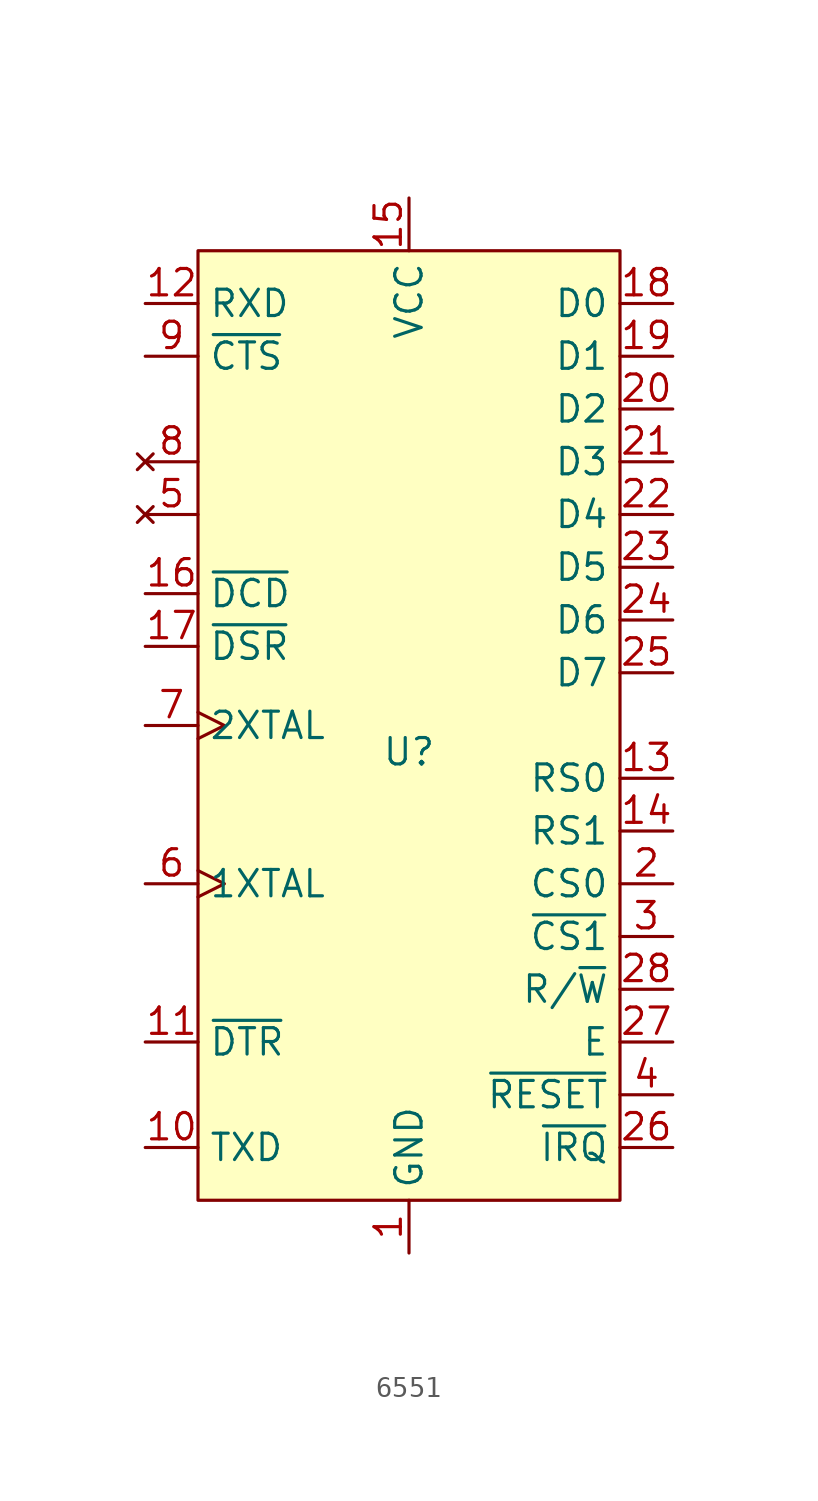
<source format=kicad_sym>
(kicad_symbol_lib
  (version 20220914)
  (generator kicad_symbol_editor)
  (symbol "6551"
    (property "Reference" "U"
      (at 0 0 0)
      (effects (font (size 1.27 1.27))))
    (property "Value" ""
      (at 0 0 0)
      (effects (font (size 1.27 1.27))))
    (symbol "6551_0_1"
      (rectangle (start -10.16 24.13) (end 10.16 -21.59) (stroke (width 0) (type default)) (fill (type background))))
    (symbol "6551_1_1"
      (pin power_in line (at 0 -24.13 90) (length 2.54) (name "GND" (effects (font (size 1.27 1.27)))) (number "1" (effects (font (size 1.27 1.27)))))
      (pin output line (at -12.7 -19.05 0) (length 2.54) (name "TXD" (effects (font (size 1.27 1.27)))) (number "10" (effects (font (size 1.27 1.27)))))
      (pin output line (at -12.7 -13.97 0) (length 2.54) (name "~{DTR}" (effects (font (size 1.27 1.27)))) (number "11" (effects (font (size 1.27 1.27)))))
      (pin input line (at -12.7 21.59 0) (length 2.54) (name "RXD" (effects (font (size 1.27 1.27)))) (number "12" (effects (font (size 1.27 1.27)))))
      (pin input line (at 12.7 -1.27 180) (length 2.54) (name "RS0" (effects (font (size 1.27 1.27)))) (number "13" (effects (font (size 1.27 1.27)))))
      (pin input line (at 12.7 -3.81 180) (length 2.54) (name "RS1" (effects (font (size 1.27 1.27)))) (number "14" (effects (font (size 1.27 1.27)))))
      (pin power_in line (at 0 26.67 270) (length 2.54) (name "VCC" (effects (font (size 1.27 1.27)))) (number "15" (effects (font (size 1.27 1.27)))))
      (pin input line (at -12.7 7.62 0) (length 2.54) (name "~{DCD}" (effects (font (size 1.27 1.27)))) (number "16" (effects (font (size 1.27 1.27)))))
      (pin input line (at -12.7 5.08 0) (length 2.54) (name "~{DSR}" (effects (font (size 1.27 1.27)))) (number "17" (effects (font (size 1.27 1.27)))))
      (pin tri_state line (at 12.7 21.59 180) (length 2.54) (name "D0" (effects (font (size 1.27 1.27)))) (number "18" (effects (font (size 1.27 1.27)))))
      (pin tri_state line (at 12.7 19.05 180) (length 2.54) (name "D1" (effects (font (size 1.27 1.27)))) (number "19" (effects (font (size 1.27 1.27)))))
      (pin input line (at 12.7 -6.35 180) (length 2.54) (name "CS0" (effects (font (size 1.27 1.27)))) (number "2" (effects (font (size 1.27 1.27)))))
      (pin tri_state line (at 12.7 16.51 180) (length 2.54) (name "D2" (effects (font (size 1.27 1.27)))) (number "20" (effects (font (size 1.27 1.27)))))
      (pin tri_state line (at 12.7 13.97 180) (length 2.54) (name "D3" (effects (font (size 1.27 1.27)))) (number "21" (effects (font (size 1.27 1.27)))))
      (pin tri_state line (at 12.7 11.43 180) (length 2.54) (name "D4" (effects (font (size 1.27 1.27)))) (number "22" (effects (font (size 1.27 1.27)))))
      (pin tri_state line (at 12.7 8.89 180) (length 2.54) (name "D5" (effects (font (size 1.27 1.27)))) (number "23" (effects (font (size 1.27 1.27)))))
      (pin tri_state line (at 12.7 6.35 180) (length 2.54) (name "D6" (effects (font (size 1.27 1.27)))) (number "24" (effects (font (size 1.27 1.27)))))
      (pin tri_state line (at 12.7 3.81 180) (length 2.54) (name "D7" (effects (font (size 1.27 1.27)))) (number "25" (effects (font (size 1.27 1.27)))))
      (pin open_collector line (at 12.7 -19.05 180) (length 2.54) (name "~{IRQ}" (effects (font (size 1.27 1.27)))) (number "26" (effects (font (size 1.27 1.27)))))
      (pin input line (at 12.7 -13.97 180) (length 2.54) (name "E" (effects (font (size 1.27 1.27)))) (number "27" (effects (font (size 1.27 1.27)))))
      (pin input line (at 12.7 -11.43 180) (length 2.54) (name "R/~{W}" (effects (font (size 1.27 1.27)))) (number "28" (effects (font (size 1.27 1.27)))))
      (pin input line (at 12.7 -8.89 180) (length 2.54) (name "~{CS1}" (effects (font (size 1.27 1.27)))) (number "3" (effects (font (size 1.27 1.27)))))
      (pin input line (at 12.7 -16.51 180) (length 2.54) (name "~{RESET}" (effects (font (size 1.27 1.27)))) (number "4" (effects (font (size 1.27 1.27)))))
      (pin no_connect line (at -12.7 11.43 0) (length 2.54) (name "~" (effects (font (size 1.27 1.27)))) (number "5" (effects (font (size 1.27 1.27)))))
      (pin output clock (at -12.7 -6.35 0) (length 2.54) (name "1XTAL" (effects (font (size 1.27 1.27)))) (number "6" (effects (font (size 1.27 1.27)))))
      (pin input clock (at -12.7 1.27 0) (length 2.54) (name "2XTAL" (effects (font (size 1.27 1.27)))) (number "7" (effects (font (size 1.27 1.27)))))
      (pin no_connect line (at -12.7 13.97 0) (length 2.54) (name "~" (effects (font (size 1.27 1.27)))) (number "8" (effects (font (size 1.27 1.27)))))
      (pin input line (at -12.7 19.05 0) (length 2.54) (name "~{CTS}" (effects (font (size 1.27 1.27)))) (number "9" (effects (font (size 1.27 1.27))))))))
</source>
